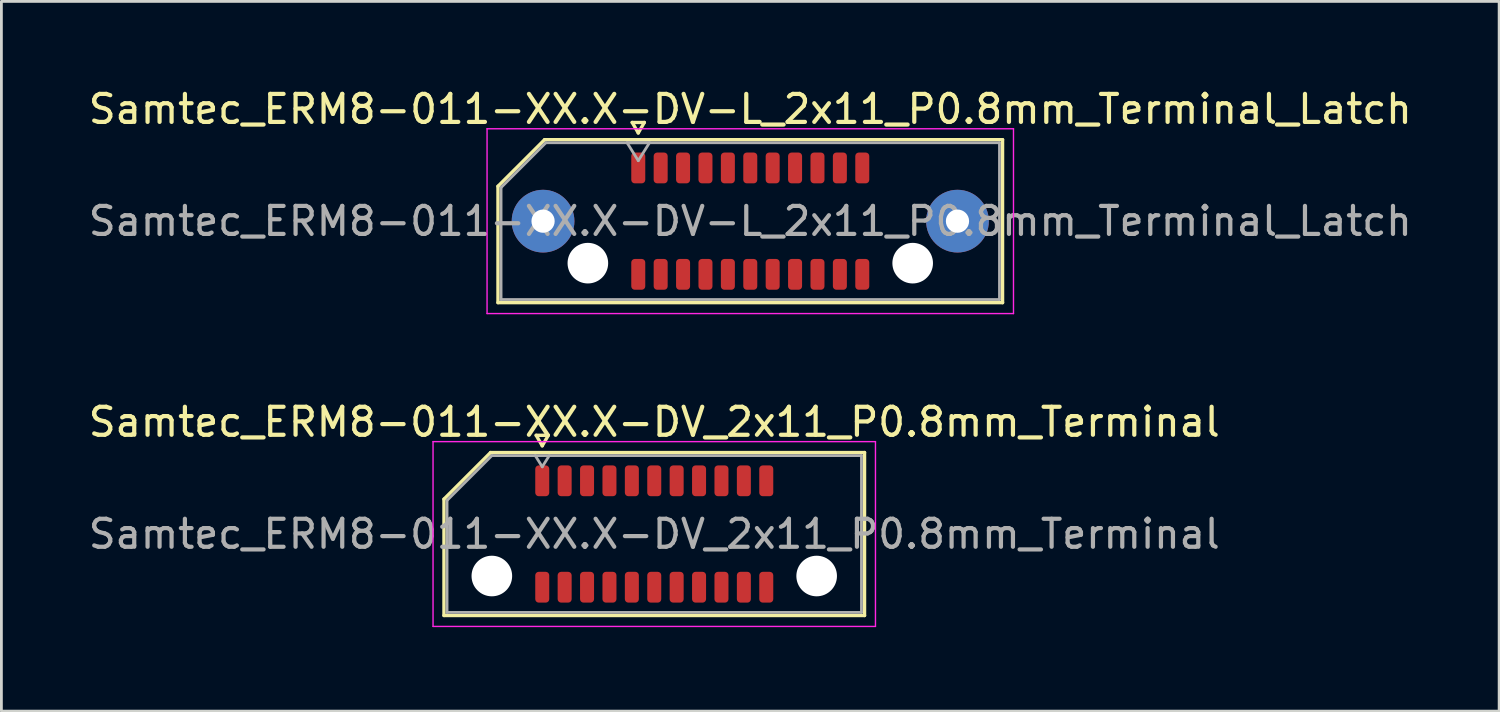
<source format=kicad_pcb>
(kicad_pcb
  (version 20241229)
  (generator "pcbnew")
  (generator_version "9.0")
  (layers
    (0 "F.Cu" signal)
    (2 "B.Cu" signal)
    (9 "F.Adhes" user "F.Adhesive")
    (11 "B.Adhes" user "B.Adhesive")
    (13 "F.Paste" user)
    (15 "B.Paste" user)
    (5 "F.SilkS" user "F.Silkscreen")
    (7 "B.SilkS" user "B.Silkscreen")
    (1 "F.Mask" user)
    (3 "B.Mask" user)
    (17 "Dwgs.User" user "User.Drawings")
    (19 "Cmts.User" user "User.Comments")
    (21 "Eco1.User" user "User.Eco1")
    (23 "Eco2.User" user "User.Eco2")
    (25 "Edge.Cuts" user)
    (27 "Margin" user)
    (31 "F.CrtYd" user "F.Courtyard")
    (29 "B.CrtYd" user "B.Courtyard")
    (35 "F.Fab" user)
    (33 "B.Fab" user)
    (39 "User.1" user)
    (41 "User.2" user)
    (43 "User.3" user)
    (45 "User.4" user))
  (footprint "Samtec_ERM8-011-XX.X-DV_2x11_P0.8mm_Terminal"
    (layer "F.Cu")
    (at 20.315 16.021)
    (property "Reference" "Samtec_ERM8-011-XX.X-DV_2x11_P0.8mm_Terminal" (at 0 -4 0) (layer "F.SilkS") (effects (font (size 1 1) (thickness 0.15))))
    (attr smd)
    (fp_line (start -7.51 -1.246) (end -5.846 -2.91) (stroke (width 0.12) (type solid)) (layer "F.SilkS"))
    (fp_line (start -7.51 2.91) (end -7.51 -1.246) (stroke (width 0.12) (type solid)) (layer "F.SilkS"))
    (fp_line (start -5.846 -2.91) (end 7.51 -2.91) (stroke (width 0.12) (type solid)) (layer "F.SilkS"))
    (fp_line (start -4.217 -3.525) (end -4 -3.15) (stroke (width 0.12) (type solid)) (layer "F.SilkS"))
    (fp_line (start -4 -3.15) (end -3.783 -3.525) (stroke (width 0.12) (type solid)) (layer "F.SilkS"))
    (fp_line (start -3.783 -3.525) (end -4.217 -3.525) (stroke (width 0.12) (type solid)) (layer "F.SilkS"))
    (fp_line (start 7.51 -2.91) (end 7.51 2.91) (stroke (width 0.12) (type solid)) (layer "F.SilkS"))
    (fp_line (start 7.51 2.91) (end -7.51 2.91) (stroke (width 0.12) (type solid)) (layer "F.SilkS"))
    (fp_line (start -7.9 -3.3) (end -7.9 3.3) (stroke (width 0.05) (type solid)) (layer "F.CrtYd"))
    (fp_line (start -7.9 3.3) (end 7.9 3.3) (stroke (width 0.05) (type solid)) (layer "F.CrtYd"))
    (fp_line (start 7.9 -3.3) (end -7.9 -3.3) (stroke (width 0.05) (type solid)) (layer "F.CrtYd"))
    (fp_line (start 7.9 3.3) (end 7.9 -3.3) (stroke (width 0.05) (type solid)) (layer "F.CrtYd"))
    (fp_line (start -7.4 -1.2) (end -5.8 -2.8) (stroke (width 0.1) (type solid)) (layer "F.Fab"))
    (fp_line (start -7.4 2.8) (end -7.4 -1.2) (stroke (width 0.1) (type solid)) (layer "F.Fab"))
    (fp_line (start -5.8 -2.8) (end 7.4 -2.8) (stroke (width 0.1) (type solid)) (layer "F.Fab"))
    (fp_line (start -4 -2.4) (end -4.25 -2.8) (stroke (width 0.1) (type solid)) (layer "F.Fab"))
    (fp_line (start -4 -2.4) (end -3.75 -2.8) (stroke (width 0.1) (type solid)) (layer "F.Fab"))
    (fp_line (start 7.4 -2.8) (end 7.4 2.8) (stroke (width 0.1) (type solid)) (layer "F.Fab"))
    (fp_line (start 7.4 2.8) (end -7.4 2.8) (stroke (width 0.1) (type solid)) (layer "F.Fab"))
    (fp_text user "${REFERENCE}" (at 0 0 0) (layer "F.Fab") (effects (font (size 1 1) (thickness 0.15))))
    (pad "" np_thru_hole circle (at -5.8 1.5) (size 1.45 1.45) (drill 1.45) (layers "*.Cu" "*.Mask"))
    (pad "" np_thru_hole circle (at 5.8 1.5) (size 1.45 1.45) (drill 1.45) (layers "*.Cu" "*.Mask"))
    (pad "1" smd roundrect (at -4 -1.9) (size 0.5 1.1) (layers "F.Cu" "F.Mask" "F.Paste") (roundrect_rratio 0.25))
    (pad "2" smd roundrect (at -4 1.9) (size 0.5 1.1) (layers "F.Cu" "F.Mask" "F.Paste") (roundrect_rratio 0.25))
    (pad "3" smd roundrect (at -3.2 -1.9) (size 0.5 1.1) (layers "F.Cu" "F.Mask" "F.Paste") (roundrect_rratio 0.25))
    (pad "4" smd roundrect (at -3.2 1.9) (size 0.5 1.1) (layers "F.Cu" "F.Mask" "F.Paste") (roundrect_rratio 0.25))
    (pad "5" smd roundrect (at -2.4 -1.9) (size 0.5 1.1) (layers "F.Cu" "F.Mask" "F.Paste") (roundrect_rratio 0.25))
    (pad "6" smd roundrect (at -2.4 1.9) (size 0.5 1.1) (layers "F.Cu" "F.Mask" "F.Paste") (roundrect_rratio 0.25))
    (pad "7" smd roundrect (at -1.6 -1.9) (size 0.5 1.1) (layers "F.Cu" "F.Mask" "F.Paste") (roundrect_rratio 0.25))
    (pad "8" smd roundrect (at -1.6 1.9) (size 0.5 1.1) (layers "F.Cu" "F.Mask" "F.Paste") (roundrect_rratio 0.25))
    (pad "9" smd roundrect (at -0.8 -1.9) (size 0.5 1.1) (layers "F.Cu" "F.Mask" "F.Paste") (roundrect_rratio 0.25))
    (pad "10" smd roundrect (at -0.8 1.9) (size 0.5 1.1) (layers "F.Cu" "F.Mask" "F.Paste") (roundrect_rratio 0.25))
    (pad "11" smd roundrect (at 0 -1.9) (size 0.5 1.1) (layers "F.Cu" "F.Mask" "F.Paste") (roundrect_rratio 0.25))
    (pad "12" smd roundrect (at 0 1.9) (size 0.5 1.1) (layers "F.Cu" "F.Mask" "F.Paste") (roundrect_rratio 0.25))
    (pad "13" smd roundrect (at 0.8 -1.9) (size 0.5 1.1) (layers "F.Cu" "F.Mask" "F.Paste") (roundrect_rratio 0.25))
    (pad "14" smd roundrect (at 0.8 1.9) (size 0.5 1.1) (layers "F.Cu" "F.Mask" "F.Paste") (roundrect_rratio 0.25))
    (pad "15" smd roundrect (at 1.6 -1.9) (size 0.5 1.1) (layers "F.Cu" "F.Mask" "F.Paste") (roundrect_rratio 0.25))
    (pad "16" smd roundrect (at 1.6 1.9) (size 0.5 1.1) (layers "F.Cu" "F.Mask" "F.Paste") (roundrect_rratio 0.25))
    (pad "17" smd roundrect (at 2.4 -1.9) (size 0.5 1.1) (layers "F.Cu" "F.Mask" "F.Paste") (roundrect_rratio 0.25))
    (pad "18" smd roundrect (at 2.4 1.9) (size 0.5 1.1) (layers "F.Cu" "F.Mask" "F.Paste") (roundrect_rratio 0.25))
    (pad "19" smd roundrect (at 3.2 -1.9) (size 0.5 1.1) (layers "F.Cu" "F.Mask" "F.Paste") (roundrect_rratio 0.25))
    (pad "20" smd roundrect (at 3.2 1.9) (size 0.5 1.1) (layers "F.Cu" "F.Mask" "F.Paste") (roundrect_rratio 0.25))
    (pad "21" smd roundrect (at 4 -1.9) (size 0.5 1.1) (layers "F.Cu" "F.Mask" "F.Paste") (roundrect_rratio 0.25))
    (pad "22" smd roundrect (at 4 1.9) (size 0.5 1.1) (layers "F.Cu" "F.Mask" "F.Paste") (roundrect_rratio 0.25)))
  (footprint "Samtec_ERM8-011-XX.X-DV-L_2x11_P0.8mm_Terminal_Latch"
    (layer "F.Cu")
    (at 23.744 4.848)
    (property "Reference" "Samtec_ERM8-011-XX.X-DV-L_2x11_P0.8mm_Terminal_Latch" (at 0 -4 0) (layer "F.SilkS") (effects (font (size 1 1) (thickness 0.15))))
    (attr smd)
    (fp_line (start -9.01 -1.246) (end -7.346 -2.91) (stroke (width 0.12) (type solid)) (layer "F.SilkS"))
    (fp_line (start -9.01 2.91) (end -9.01 -1.246) (stroke (width 0.12) (type solid)) (layer "F.SilkS"))
    (fp_line (start -7.346 -2.91) (end 9.01 -2.91) (stroke (width 0.12) (type solid)) (layer "F.SilkS"))
    (fp_line (start -4.217 -3.525) (end -4 -3.15) (stroke (width 0.12) (type solid)) (layer "F.SilkS"))
    (fp_line (start -4 -3.15) (end -3.783 -3.525) (stroke (width 0.12) (type solid)) (layer "F.SilkS"))
    (fp_line (start -3.783 -3.525) (end -4.217 -3.525) (stroke (width 0.12) (type solid)) (layer "F.SilkS"))
    (fp_line (start 9.01 -2.91) (end 9.01 2.91) (stroke (width 0.12) (type solid)) (layer "F.SilkS"))
    (fp_line (start 9.01 2.91) (end -9.01 2.91) (stroke (width 0.12) (type solid)) (layer "F.SilkS"))
    (fp_line (start -9.4 -3.3) (end -9.4 3.3) (stroke (width 0.05) (type solid)) (layer "F.CrtYd"))
    (fp_line (start -9.4 3.3) (end 9.4 3.3) (stroke (width 0.05) (type solid)) (layer "F.CrtYd"))
    (fp_line (start 9.4 -3.3) (end -9.4 -3.3) (stroke (width 0.05) (type solid)) (layer "F.CrtYd"))
    (fp_line (start 9.4 3.3) (end 9.4 -3.3) (stroke (width 0.05) (type solid)) (layer "F.CrtYd"))
    (fp_line (start -8.9 -1.2) (end -7.3 -2.8) (stroke (width 0.1) (type solid)) (layer "F.Fab"))
    (fp_line (start -8.9 2.8) (end -8.9 -1.2) (stroke (width 0.1) (type solid)) (layer "F.Fab"))
    (fp_line (start -7.3 -2.8) (end 8.9 -2.8) (stroke (width 0.1) (type solid)) (layer "F.Fab"))
    (fp_line (start -4.4 -2.8) (end -4 -2.16) (stroke (width 0.1) (type solid)) (layer "F.Fab"))
    (fp_line (start -4 -2.16) (end -3.6 -2.8) (stroke (width 0.1) (type solid)) (layer "F.Fab"))
    (fp_line (start -3.6 -2.8) (end -4.4 -2.8) (stroke (width 0.1) (type solid)) (layer "F.Fab"))
    (fp_line (start 8.9 -2.8) (end 8.9 2.8) (stroke (width 0.1) (type solid)) (layer "F.Fab"))
    (fp_line (start 8.9 2.8) (end -8.9 2.8) (stroke (width 0.1) (type solid)) (layer "F.Fab"))
    (fp_text user "${REFERENCE}" (at 0 0 0) (layer "F.Fab") (effects (font (size 1 1) (thickness 0.15))))
    (pad "" thru_hole circle (at -7.4 0) (size 2.24 2.24) (drill 0.83) (layers "*.Cu" "*.Mask" "F.Paste"))
    (pad "" np_thru_hole circle (at -5.8 1.5) (size 1.45 1.45) (drill 1.45) (layers "*.Cu" "*.Mask"))
    (pad "" np_thru_hole circle (at 5.8 1.5) (size 1.45 1.45) (drill 1.45) (layers "*.Cu" "*.Mask"))
    (pad "" thru_hole circle (at 7.4 0) (size 2.24 2.24) (drill 0.83) (layers "*.Cu" "*.Mask" "F.Paste"))
    (pad "1" smd roundrect (at -4 -1.9) (size 0.5 1.1) (layers "F.Cu" "F.Mask" "F.Paste") (roundrect_rratio 0.25))
    (pad "2" smd roundrect (at -4 1.9) (size 0.5 1.1) (layers "F.Cu" "F.Mask" "F.Paste") (roundrect_rratio 0.25))
    (pad "3" smd roundrect (at -3.2 -1.9) (size 0.5 1.1) (layers "F.Cu" "F.Mask" "F.Paste") (roundrect_rratio 0.25))
    (pad "4" smd roundrect (at -3.2 1.9) (size 0.5 1.1) (layers "F.Cu" "F.Mask" "F.Paste") (roundrect_rratio 0.25))
    (pad "5" smd roundrect (at -2.4 -1.9) (size 0.5 1.1) (layers "F.Cu" "F.Mask" "F.Paste") (roundrect_rratio 0.25))
    (pad "6" smd roundrect (at -2.4 1.9) (size 0.5 1.1) (layers "F.Cu" "F.Mask" "F.Paste") (roundrect_rratio 0.25))
    (pad "7" smd roundrect (at -1.6 -1.9) (size 0.5 1.1) (layers "F.Cu" "F.Mask" "F.Paste") (roundrect_rratio 0.25))
    (pad "8" smd roundrect (at -1.6 1.9) (size 0.5 1.1) (layers "F.Cu" "F.Mask" "F.Paste") (roundrect_rratio 0.25))
    (pad "9" smd roundrect (at -0.8 -1.9) (size 0.5 1.1) (layers "F.Cu" "F.Mask" "F.Paste") (roundrect_rratio 0.25))
    (pad "10" smd roundrect (at -0.8 1.9) (size 0.5 1.1) (layers "F.Cu" "F.Mask" "F.Paste") (roundrect_rratio 0.25))
    (pad "11" smd roundrect (at 0 -1.9) (size 0.5 1.1) (layers "F.Cu" "F.Mask" "F.Paste") (roundrect_rratio 0.25))
    (pad "12" smd roundrect (at 0 1.9) (size 0.5 1.1) (layers "F.Cu" "F.Mask" "F.Paste") (roundrect_rratio 0.25))
    (pad "13" smd roundrect (at 0.8 -1.9) (size 0.5 1.1) (layers "F.Cu" "F.Mask" "F.Paste") (roundrect_rratio 0.25))
    (pad "14" smd roundrect (at 0.8 1.9) (size 0.5 1.1) (layers "F.Cu" "F.Mask" "F.Paste") (roundrect_rratio 0.25))
    (pad "15" smd roundrect (at 1.6 -1.9) (size 0.5 1.1) (layers "F.Cu" "F.Mask" "F.Paste") (roundrect_rratio 0.25))
    (pad "16" smd roundrect (at 1.6 1.9) (size 0.5 1.1) (layers "F.Cu" "F.Mask" "F.Paste") (roundrect_rratio 0.25))
    (pad "17" smd roundrect (at 2.4 -1.9) (size 0.5 1.1) (layers "F.Cu" "F.Mask" "F.Paste") (roundrect_rratio 0.25))
    (pad "18" smd roundrect (at 2.4 1.9) (size 0.5 1.1) (layers "F.Cu" "F.Mask" "F.Paste") (roundrect_rratio 0.25))
    (pad "19" smd roundrect (at 3.2 -1.9) (size 0.5 1.1) (layers "F.Cu" "F.Mask" "F.Paste") (roundrect_rratio 0.25))
    (pad "20" smd roundrect (at 3.2 1.9) (size 0.5 1.1) (layers "F.Cu" "F.Mask" "F.Paste") (roundrect_rratio 0.25))
    (pad "21" smd roundrect (at 4 -1.9) (size 0.5 1.1) (layers "F.Cu" "F.Mask" "F.Paste") (roundrect_rratio 0.25))
    (pad "22" smd roundrect (at 4 1.9) (size 0.5 1.1) (layers "F.Cu" "F.Mask" "F.Paste") (roundrect_rratio 0.25)))
  (gr_rect
    (start -3 -3)
    (end 50.488 22.346)
    (stroke (width 0.1) (type default))
    (fill no)
    (layer "Edge.Cuts")))
</source>
